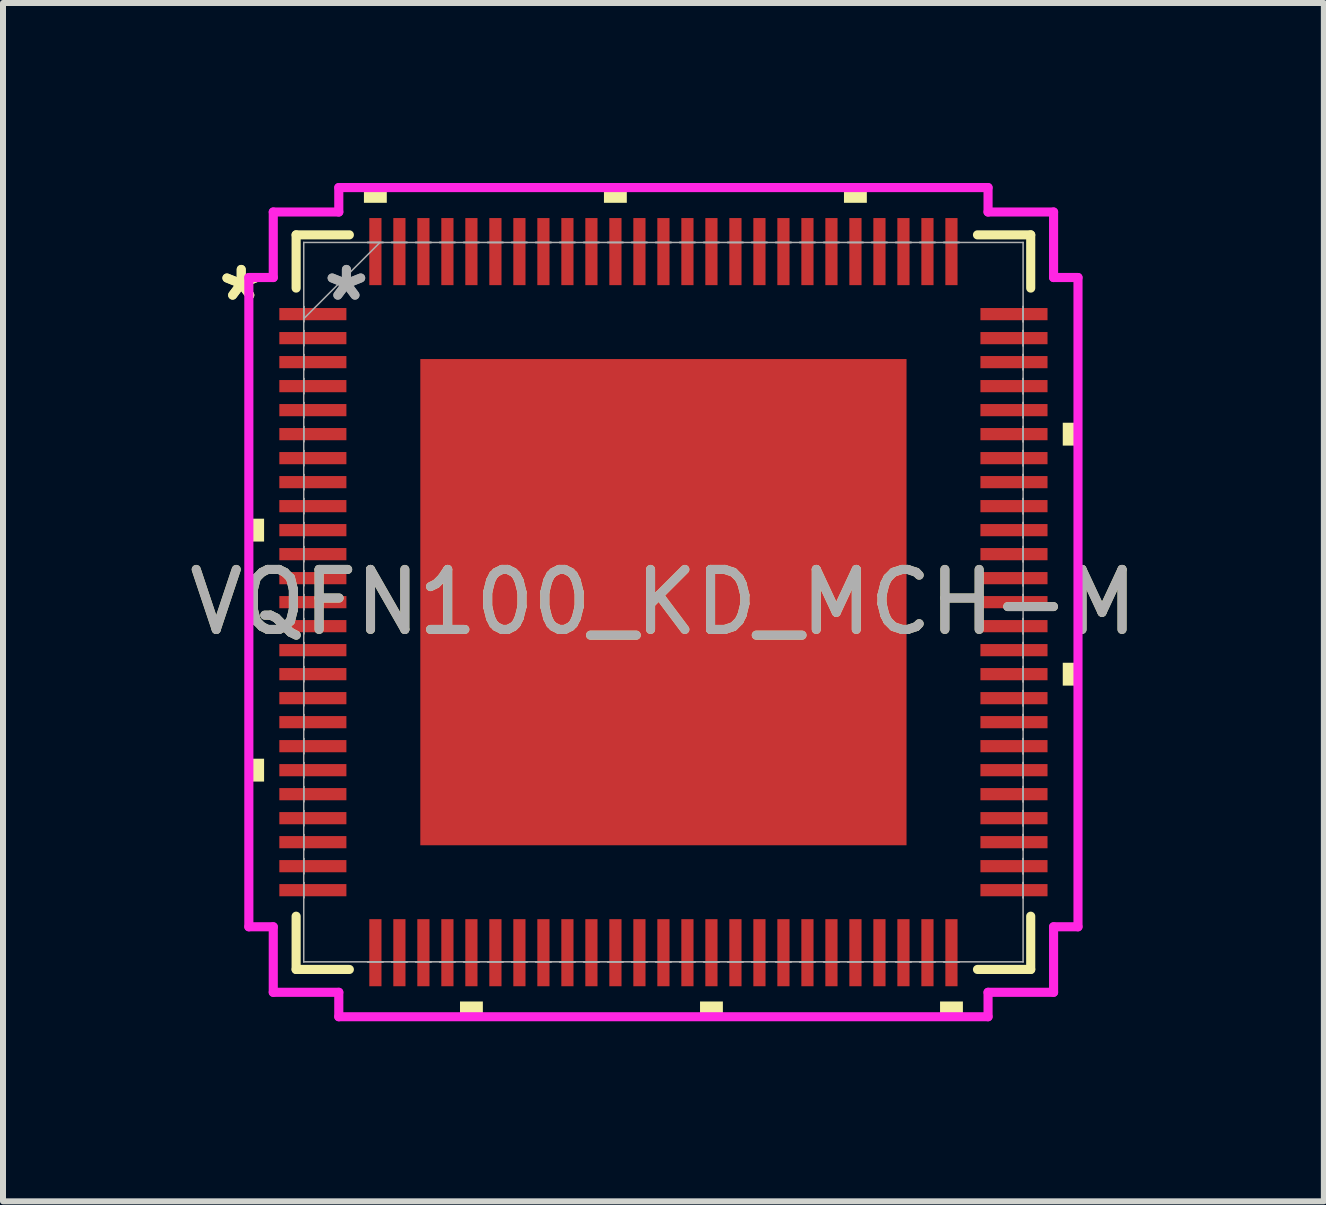
<source format=kicad_pcb>
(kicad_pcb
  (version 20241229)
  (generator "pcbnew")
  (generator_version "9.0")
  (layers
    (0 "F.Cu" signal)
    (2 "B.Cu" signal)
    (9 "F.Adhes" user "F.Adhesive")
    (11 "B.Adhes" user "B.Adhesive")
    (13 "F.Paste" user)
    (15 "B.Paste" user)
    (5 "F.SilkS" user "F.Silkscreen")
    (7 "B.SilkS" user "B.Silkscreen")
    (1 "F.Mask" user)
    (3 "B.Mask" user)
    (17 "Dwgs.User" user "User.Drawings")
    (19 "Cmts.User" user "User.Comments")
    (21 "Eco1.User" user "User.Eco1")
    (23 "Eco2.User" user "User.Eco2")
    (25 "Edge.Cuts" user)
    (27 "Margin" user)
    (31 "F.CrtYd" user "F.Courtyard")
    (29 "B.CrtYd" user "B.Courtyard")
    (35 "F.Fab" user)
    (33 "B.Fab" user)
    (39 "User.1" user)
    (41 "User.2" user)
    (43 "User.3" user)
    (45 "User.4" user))
  (footprint "VQFN100_KD_MCH-M"
    (layer "F.Cu")
    (at 8.006 6.985)
    (property "Reference" "VQFN100_KD_MCH-M" (at 0 0 0) (unlocked yes) (layer "F.SilkS") (effects (font (size 1 1) (thickness 0.15))))
    (attr smd)
    (fp_line (start -6.121 -6.121) (end -6.121 -5.234) (stroke (width 0.152) (type solid)) (layer "F.SilkS"))
    (fp_line (start -6.121 5.234) (end -6.121 6.121) (stroke (width 0.152) (type solid)) (layer "F.SilkS"))
    (fp_line (start -6.121 6.121) (end -5.234 6.121) (stroke (width 0.152) (type solid)) (layer "F.SilkS"))
    (fp_line (start -5.234 -6.121) (end -6.121 -6.121) (stroke (width 0.152) (type solid)) (layer "F.SilkS"))
    (fp_line (start 5.234 6.121) (end 6.121 6.121) (stroke (width 0.152) (type solid)) (layer "F.SilkS"))
    (fp_line (start 6.121 -6.121) (end 5.234 -6.121) (stroke (width 0.152) (type solid)) (layer "F.SilkS"))
    (fp_line (start 6.121 -5.234) (end 6.121 -6.121) (stroke (width 0.152) (type solid)) (layer "F.SilkS"))
    (fp_line (start 6.121 6.121) (end 6.121 5.234) (stroke (width 0.152) (type solid)) (layer "F.SilkS"))
    (fp_poly (pts (xy -6.909 -1.391) (xy -6.909 -1.01) (xy -6.655 -1.01) (xy -6.655 -1.391)) (stroke (width 0) (type solid)) (fill yes) (layer "F.SilkS"))
    (fp_poly (pts (xy -6.909 2.609) (xy -6.909 2.99) (xy -6.655 2.99) (xy -6.655 2.609)) (stroke (width 0) (type solid)) (fill yes) (layer "F.SilkS"))
    (fp_poly (pts (xy -4.991 -6.655) (xy -4.991 -6.909) (xy -4.61 -6.909) (xy -4.61 -6.655)) (stroke (width 0) (type solid)) (fill yes) (layer "F.SilkS"))
    (fp_poly (pts (xy -3.39 6.655) (xy -3.39 6.909) (xy -3.009 6.909) (xy -3.009 6.655)) (stroke (width 0) (type solid)) (fill yes) (layer "F.SilkS"))
    (fp_poly (pts (xy -0.991 -6.655) (xy -0.991 -6.909) (xy -0.61 -6.909) (xy -0.61 -6.655)) (stroke (width 0) (type solid)) (fill yes) (layer "F.SilkS"))
    (fp_poly (pts (xy 0.61 6.655) (xy 0.61 6.909) (xy 0.991 6.909) (xy 0.991 6.655)) (stroke (width 0) (type solid)) (fill yes) (layer "F.SilkS"))
    (fp_poly (pts (xy 3.009 -6.655) (xy 3.009 -6.909) (xy 3.39 -6.909) (xy 3.39 -6.655)) (stroke (width 0) (type solid)) (fill yes) (layer "F.SilkS"))
    (fp_poly (pts (xy 4.61 6.655) (xy 4.61 6.909) (xy 4.991 6.909) (xy 4.991 6.655)) (stroke (width 0) (type solid)) (fill yes) (layer "F.SilkS"))
    (fp_poly (pts (xy 6.909 -2.99) (xy 6.909 -2.609) (xy 6.655 -2.609) (xy 6.655 -2.99)) (stroke (width 0) (type solid)) (fill yes) (layer "F.SilkS"))
    (fp_poly (pts (xy 6.909 1.01) (xy 6.909 1.391) (xy 6.655 1.391) (xy 6.655 1.01)) (stroke (width 0) (type solid)) (fill yes) (layer "F.SilkS"))
    (fp_poly (pts (xy -3.951 -3.951) (xy -3.951 -2.801) (xy -2.801 -2.801) (xy -2.801 -3.951)) (stroke (width 0) (type solid)) (fill yes) (layer "F.Paste"))
    (fp_poly (pts (xy -3.951 -2.601) (xy -3.951 -1.45) (xy -2.801 -1.45) (xy -2.801 -2.601)) (stroke (width 0) (type solid)) (fill yes) (layer "F.Paste"))
    (fp_poly (pts (xy -3.951 -1.25) (xy -3.951 -0.1) (xy -2.801 -0.1) (xy -2.801 -1.25)) (stroke (width 0) (type solid)) (fill yes) (layer "F.Paste"))
    (fp_poly (pts (xy -3.951 0.1) (xy -3.951 1.25) (xy -2.801 1.25) (xy -2.801 0.1)) (stroke (width 0) (type solid)) (fill yes) (layer "F.Paste"))
    (fp_poly (pts (xy -3.951 1.45) (xy -3.951 2.601) (xy -2.801 2.601) (xy -2.801 1.45)) (stroke (width 0) (type solid)) (fill yes) (layer "F.Paste"))
    (fp_poly (pts (xy -3.951 2.801) (xy -3.951 3.951) (xy -2.801 3.951) (xy -2.801 2.801)) (stroke (width 0) (type solid)) (fill yes) (layer "F.Paste"))
    (fp_poly (pts (xy -2.601 -3.951) (xy -2.601 -2.801) (xy -1.45 -2.801) (xy -1.45 -3.951)) (stroke (width 0) (type solid)) (fill yes) (layer "F.Paste"))
    (fp_poly (pts (xy -2.601 -2.601) (xy -2.601 -1.45) (xy -1.45 -1.45) (xy -1.45 -2.601)) (stroke (width 0) (type solid)) (fill yes) (layer "F.Paste"))
    (fp_poly (pts (xy -2.601 -1.25) (xy -2.601 -0.1) (xy -1.45 -0.1) (xy -1.45 -1.25)) (stroke (width 0) (type solid)) (fill yes) (layer "F.Paste"))
    (fp_poly (pts (xy -2.601 0.1) (xy -2.601 1.25) (xy -1.45 1.25) (xy -1.45 0.1)) (stroke (width 0) (type solid)) (fill yes) (layer "F.Paste"))
    (fp_poly (pts (xy -2.601 1.45) (xy -2.601 2.601) (xy -1.45 2.601) (xy -1.45 1.45)) (stroke (width 0) (type solid)) (fill yes) (layer "F.Paste"))
    (fp_poly (pts (xy -2.601 2.801) (xy -2.601 3.951) (xy -1.45 3.951) (xy -1.45 2.801)) (stroke (width 0) (type solid)) (fill yes) (layer "F.Paste"))
    (fp_poly (pts (xy -1.25 -3.951) (xy -1.25 -2.801) (xy -0.1 -2.801) (xy -0.1 -3.951)) (stroke (width 0) (type solid)) (fill yes) (layer "F.Paste"))
    (fp_poly (pts (xy -1.25 -2.601) (xy -1.25 -1.45) (xy -0.1 -1.45) (xy -0.1 -2.601)) (stroke (width 0) (type solid)) (fill yes) (layer "F.Paste"))
    (fp_poly (pts (xy -1.25 -1.25) (xy -1.25 -0.1) (xy -0.1 -0.1) (xy -0.1 -1.25)) (stroke (width 0) (type solid)) (fill yes) (layer "F.Paste"))
    (fp_poly (pts (xy -1.25 0.1) (xy -1.25 1.25) (xy -0.1 1.25) (xy -0.1 0.1)) (stroke (width 0) (type solid)) (fill yes) (layer "F.Paste"))
    (fp_poly (pts (xy -1.25 1.45) (xy -1.25 2.601) (xy -0.1 2.601) (xy -0.1 1.45)) (stroke (width 0) (type solid)) (fill yes) (layer "F.Paste"))
    (fp_poly (pts (xy -1.25 2.801) (xy -1.25 3.951) (xy -0.1 3.951) (xy -0.1 2.801)) (stroke (width 0) (type solid)) (fill yes) (layer "F.Paste"))
    (fp_poly (pts (xy 0.1 -3.951) (xy 0.1 -2.801) (xy 1.25 -2.801) (xy 1.25 -3.951)) (stroke (width 0) (type solid)) (fill yes) (layer "F.Paste"))
    (fp_poly (pts (xy 0.1 -2.601) (xy 0.1 -1.45) (xy 1.25 -1.45) (xy 1.25 -2.601)) (stroke (width 0) (type solid)) (fill yes) (layer "F.Paste"))
    (fp_poly (pts (xy 0.1 -1.25) (xy 0.1 -0.1) (xy 1.25 -0.1) (xy 1.25 -1.25)) (stroke (width 0) (type solid)) (fill yes) (layer "F.Paste"))
    (fp_poly (pts (xy 0.1 0.1) (xy 0.1 1.25) (xy 1.25 1.25) (xy 1.25 0.1)) (stroke (width 0) (type solid)) (fill yes) (layer "F.Paste"))
    (fp_poly (pts (xy 0.1 1.45) (xy 0.1 2.601) (xy 1.25 2.601) (xy 1.25 1.45)) (stroke (width 0) (type solid)) (fill yes) (layer "F.Paste"))
    (fp_poly (pts (xy 0.1 2.801) (xy 0.1 3.951) (xy 1.25 3.951) (xy 1.25 2.801)) (stroke (width 0) (type solid)) (fill yes) (layer "F.Paste"))
    (fp_poly (pts (xy 1.45 -3.951) (xy 1.45 -2.801) (xy 2.601 -2.801) (xy 2.601 -3.951)) (stroke (width 0) (type solid)) (fill yes) (layer "F.Paste"))
    (fp_poly (pts (xy 1.45 -2.601) (xy 1.45 -1.45) (xy 2.601 -1.45) (xy 2.601 -2.601)) (stroke (width 0) (type solid)) (fill yes) (layer "F.Paste"))
    (fp_poly (pts (xy 1.45 -1.25) (xy 1.45 -0.1) (xy 2.601 -0.1) (xy 2.601 -1.25)) (stroke (width 0) (type solid)) (fill yes) (layer "F.Paste"))
    (fp_poly (pts (xy 1.45 0.1) (xy 1.45 1.25) (xy 2.601 1.25) (xy 2.601 0.1)) (stroke (width 0) (type solid)) (fill yes) (layer "F.Paste"))
    (fp_poly (pts (xy 1.45 1.45) (xy 1.45 2.601) (xy 2.601 2.601) (xy 2.601 1.45)) (stroke (width 0) (type solid)) (fill yes) (layer "F.Paste"))
    (fp_poly (pts (xy 1.45 2.801) (xy 1.45 3.951) (xy 2.601 3.951) (xy 2.601 2.801)) (stroke (width 0) (type solid)) (fill yes) (layer "F.Paste"))
    (fp_poly (pts (xy 2.801 -3.951) (xy 2.801 -2.801) (xy 3.951 -2.801) (xy 3.951 -3.951)) (stroke (width 0) (type solid)) (fill yes) (layer "F.Paste"))
    (fp_poly (pts (xy 2.801 -2.601) (xy 2.801 -1.45) (xy 3.951 -1.45) (xy 3.951 -2.601)) (stroke (width 0) (type solid)) (fill yes) (layer "F.Paste"))
    (fp_poly (pts (xy 2.801 -1.25) (xy 2.801 -0.1) (xy 3.951 -0.1) (xy 3.951 -1.25)) (stroke (width 0) (type solid)) (fill yes) (layer "F.Paste"))
    (fp_poly (pts (xy 2.801 0.1) (xy 2.801 1.25) (xy 3.951 1.25) (xy 3.951 0.1)) (stroke (width 0) (type solid)) (fill yes) (layer "F.Paste"))
    (fp_poly (pts (xy 2.801 1.45) (xy 2.801 2.601) (xy 3.951 2.601) (xy 3.951 1.45)) (stroke (width 0) (type solid)) (fill yes) (layer "F.Paste"))
    (fp_poly (pts (xy 2.801 2.801) (xy 2.801 3.951) (xy 3.951 3.951) (xy 3.951 2.801)) (stroke (width 0) (type solid)) (fill yes) (layer "F.Paste"))
    (fp_line (start -6.909 -5.41) (end -6.502 -5.41) (stroke (width 0.152) (type solid)) (layer "F.CrtYd"))
    (fp_line (start -6.909 5.41) (end -6.909 -5.41) (stroke (width 0.152) (type solid)) (layer "F.CrtYd"))
    (fp_line (start -6.502 -6.502) (end -5.41 -6.502) (stroke (width 0.152) (type solid)) (layer "F.CrtYd"))
    (fp_line (start -6.502 -5.41) (end -6.502 -6.502) (stroke (width 0.152) (type solid)) (layer "F.CrtYd"))
    (fp_line (start -6.502 5.41) (end -6.909 5.41) (stroke (width 0.152) (type solid)) (layer "F.CrtYd"))
    (fp_line (start -6.502 6.502) (end -6.502 5.41) (stroke (width 0.152) (type solid)) (layer "F.CrtYd"))
    (fp_line (start -5.41 -6.909) (end 5.41 -6.909) (stroke (width 0.152) (type solid)) (layer "F.CrtYd"))
    (fp_line (start -5.41 -6.502) (end -5.41 -6.909) (stroke (width 0.152) (type solid)) (layer "F.CrtYd"))
    (fp_line (start -5.41 6.502) (end -6.502 6.502) (stroke (width 0.152) (type solid)) (layer "F.CrtYd"))
    (fp_line (start -5.41 6.909) (end -5.41 6.502) (stroke (width 0.152) (type solid)) (layer "F.CrtYd"))
    (fp_line (start 5.41 -6.909) (end 5.41 -6.502) (stroke (width 0.152) (type solid)) (layer "F.CrtYd"))
    (fp_line (start 5.41 -6.502) (end 6.502 -6.502) (stroke (width 0.152) (type solid)) (layer "F.CrtYd"))
    (fp_line (start 5.41 6.502) (end 5.41 6.909) (stroke (width 0.152) (type solid)) (layer "F.CrtYd"))
    (fp_line (start 5.41 6.909) (end -5.41 6.909) (stroke (width 0.152) (type solid)) (layer "F.CrtYd"))
    (fp_line (start 6.502 -6.502) (end 6.502 -5.41) (stroke (width 0.152) (type solid)) (layer "F.CrtYd"))
    (fp_line (start 6.502 -5.41) (end 6.909 -5.41) (stroke (width 0.152) (type solid)) (layer "F.CrtYd"))
    (fp_line (start 6.502 5.41) (end 6.502 6.502) (stroke (width 0.152) (type solid)) (layer "F.CrtYd"))
    (fp_line (start 6.502 6.502) (end 5.41 6.502) (stroke (width 0.152) (type solid)) (layer "F.CrtYd"))
    (fp_line (start 6.909 -5.41) (end 6.909 5.41) (stroke (width 0.152) (type solid)) (layer "F.CrtYd"))
    (fp_line (start 6.909 5.41) (end 6.502 5.41) (stroke (width 0.152) (type solid)) (layer "F.CrtYd"))
    (fp_line (start -5.994 -5.994) (end -5.994 -5.994) (stroke (width 0.025) (type solid)) (layer "F.Fab"))
    (fp_line (start -5.994 -5.994) (end -5.994 5.994) (stroke (width 0.025) (type solid)) (layer "F.Fab"))
    (fp_line (start -5.994 -4.927) (end -5.994 -4.927) (stroke (width 0.025) (type solid)) (layer "F.Fab"))
    (fp_line (start -5.994 -4.927) (end -5.994 -4.673) (stroke (width 0.025) (type solid)) (layer "F.Fab"))
    (fp_line (start -5.994 -4.724) (end -4.724 -5.994) (stroke (width 0.025) (type solid)) (layer "F.Fab"))
    (fp_line (start -5.994 -4.673) (end -5.994 -4.927) (stroke (width 0.025) (type solid)) (layer "F.Fab"))
    (fp_line (start -5.994 -4.673) (end -5.994 -4.673) (stroke (width 0.025) (type solid)) (layer "F.Fab"))
    (fp_line (start -5.994 -4.527) (end -5.994 -4.527) (stroke (width 0.025) (type solid)) (layer "F.Fab"))
    (fp_line (start -5.994 -4.527) (end -5.994 -4.273) (stroke (width 0.025) (type solid)) (layer "F.Fab"))
    (fp_line (start -5.994 -4.273) (end -5.994 -4.527) (stroke (width 0.025) (type solid)) (layer "F.Fab"))
    (fp_line (start -5.994 -4.273) (end -5.994 -4.273) (stroke (width 0.025) (type solid)) (layer "F.Fab"))
    (fp_line (start -5.994 -4.127) (end -5.994 -4.127) (stroke (width 0.025) (type solid)) (layer "F.Fab"))
    (fp_line (start -5.994 -4.127) (end -5.994 -3.873) (stroke (width 0.025) (type solid)) (layer "F.Fab"))
    (fp_line (start -5.994 -3.873) (end -5.994 -4.127) (stroke (width 0.025) (type solid)) (layer "F.Fab"))
    (fp_line (start -5.994 -3.873) (end -5.994 -3.873) (stroke (width 0.025) (type solid)) (layer "F.Fab"))
    (fp_line (start -5.994 -3.727) (end -5.994 -3.727) (stroke (width 0.025) (type solid)) (layer "F.Fab"))
    (fp_line (start -5.994 -3.727) (end -5.994 -3.473) (stroke (width 0.025) (type solid)) (layer "F.Fab"))
    (fp_line (start -5.994 -3.473) (end -5.994 -3.727) (stroke (width 0.025) (type solid)) (layer "F.Fab"))
    (fp_line (start -5.994 -3.473) (end -5.994 -3.473) (stroke (width 0.025) (type solid)) (layer "F.Fab"))
    (fp_line (start -5.994 -3.327) (end -5.994 -3.327) (stroke (width 0.025) (type solid)) (layer "F.Fab"))
    (fp_line (start -5.994 -3.327) (end -5.994 -3.073) (stroke (width 0.025) (type solid)) (layer "F.Fab"))
    (fp_line (start -5.994 -3.073) (end -5.994 -3.327) (stroke (width 0.025) (type solid)) (layer "F.Fab"))
    (fp_line (start -5.994 -3.073) (end -5.994 -3.073) (stroke (width 0.025) (type solid)) (layer "F.Fab"))
    (fp_line (start -5.994 -2.927) (end -5.994 -2.927) (stroke (width 0.025) (type solid)) (layer "F.Fab"))
    (fp_line (start -5.994 -2.927) (end -5.994 -2.673) (stroke (width 0.025) (type solid)) (layer "F.Fab"))
    (fp_line (start -5.994 -2.673) (end -5.994 -2.927) (stroke (width 0.025) (type solid)) (layer "F.Fab"))
    (fp_line (start -5.994 -2.673) (end -5.994 -2.673) (stroke (width 0.025) (type solid)) (layer "F.Fab"))
    (fp_line (start -5.994 -2.527) (end -5.994 -2.527) (stroke (width 0.025) (type solid)) (layer "F.Fab"))
    (fp_line (start -5.994 -2.527) (end -5.994 -2.273) (stroke (width 0.025) (type solid)) (layer "F.Fab"))
    (fp_line (start -5.994 -2.273) (end -5.994 -2.527) (stroke (width 0.025) (type solid)) (layer "F.Fab"))
    (fp_line (start -5.994 -2.273) (end -5.994 -2.273) (stroke (width 0.025) (type solid)) (layer "F.Fab"))
    (fp_line (start -5.994 -2.127) (end -5.994 -2.127) (stroke (width 0.025) (type solid)) (layer "F.Fab"))
    (fp_line (start -5.994 -2.127) (end -5.994 -1.873) (stroke (width 0.025) (type solid)) (layer "F.Fab"))
    (fp_line (start -5.994 -1.873) (end -5.994 -2.127) (stroke (width 0.025) (type solid)) (layer "F.Fab"))
    (fp_line (start -5.994 -1.873) (end -5.994 -1.873) (stroke (width 0.025) (type solid)) (layer "F.Fab"))
    (fp_line (start -5.994 -1.727) (end -5.994 -1.727) (stroke (width 0.025) (type solid)) (layer "F.Fab"))
    (fp_line (start -5.994 -1.727) (end -5.994 -1.473) (stroke (width 0.025) (type solid)) (layer "F.Fab"))
    (fp_line (start -5.994 -1.473) (end -5.994 -1.727) (stroke (width 0.025) (type solid)) (layer "F.Fab"))
    (fp_line (start -5.994 -1.473) (end -5.994 -1.473) (stroke (width 0.025) (type solid)) (layer "F.Fab"))
    (fp_line (start -5.994 -1.327) (end -5.994 -1.327) (stroke (width 0.025) (type solid)) (layer "F.Fab"))
    (fp_line (start -5.994 -1.327) (end -5.994 -1.073) (stroke (width 0.025) (type solid)) (layer "F.Fab"))
    (fp_line (start -5.994 -1.073) (end -5.994 -1.327) (stroke (width 0.025) (type solid)) (layer "F.Fab"))
    (fp_line (start -5.994 -1.073) (end -5.994 -1.073) (stroke (width 0.025) (type solid)) (layer "F.Fab"))
    (fp_line (start -5.994 -0.927) (end -5.994 -0.927) (stroke (width 0.025) (type solid)) (layer "F.Fab"))
    (fp_line (start -5.994 -0.927) (end -5.994 -0.673) (stroke (width 0.025) (type solid)) (layer "F.Fab"))
    (fp_line (start -5.994 -0.673) (end -5.994 -0.927) (stroke (width 0.025) (type solid)) (layer "F.Fab"))
    (fp_line (start -5.994 -0.673) (end -5.994 -0.673) (stroke (width 0.025) (type solid)) (layer "F.Fab"))
    (fp_line (start -5.994 -0.527) (end -5.994 -0.527) (stroke (width 0.025) (type solid)) (layer "F.Fab"))
    (fp_line (start -5.994 -0.527) (end -5.994 -0.273) (stroke (width 0.025) (type solid)) (layer "F.Fab"))
    (fp_line (start -5.994 -0.273) (end -5.994 -0.527) (stroke (width 0.025) (type solid)) (layer "F.Fab"))
    (fp_line (start -5.994 -0.273) (end -5.994 -0.273) (stroke (width 0.025) (type solid)) (layer "F.Fab"))
    (fp_line (start -5.994 -0.127) (end -5.994 -0.127) (stroke (width 0.025) (type solid)) (layer "F.Fab"))
    (fp_line (start -5.994 -0.127) (end -5.994 0.127) (stroke (width 0.025) (type solid)) (layer "F.Fab"))
    (fp_line (start -5.994 0.127) (end -5.994 -0.127) (stroke (width 0.025) (type solid)) (layer "F.Fab"))
    (fp_line (start -5.994 0.127) (end -5.994 0.127) (stroke (width 0.025) (type solid)) (layer "F.Fab"))
    (fp_line (start -5.994 0.273) (end -5.994 0.273) (stroke (width 0.025) (type solid)) (layer "F.Fab"))
    (fp_line (start -5.994 0.273) (end -5.994 0.527) (stroke (width 0.025) (type solid)) (layer "F.Fab"))
    (fp_line (start -5.994 0.527) (end -5.994 0.273) (stroke (width 0.025) (type solid)) (layer "F.Fab"))
    (fp_line (start -5.994 0.527) (end -5.994 0.527) (stroke (width 0.025) (type solid)) (layer "F.Fab"))
    (fp_line (start -5.994 0.673) (end -5.994 0.673) (stroke (width 0.025) (type solid)) (layer "F.Fab"))
    (fp_line (start -5.994 0.673) (end -5.994 0.927) (stroke (width 0.025) (type solid)) (layer "F.Fab"))
    (fp_line (start -5.994 0.927) (end -5.994 0.673) (stroke (width 0.025) (type solid)) (layer "F.Fab"))
    (fp_line (start -5.994 0.927) (end -5.994 0.927) (stroke (width 0.025) (type solid)) (layer "F.Fab"))
    (fp_line (start -5.994 1.073) (end -5.994 1.073) (stroke (width 0.025) (type solid)) (layer "F.Fab"))
    (fp_line (start -5.994 1.073) (end -5.994 1.327) (stroke (width 0.025) (type solid)) (layer "F.Fab"))
    (fp_line (start -5.994 1.327) (end -5.994 1.073) (stroke (width 0.025) (type solid)) (layer "F.Fab"))
    (fp_line (start -5.994 1.327) (end -5.994 1.327) (stroke (width 0.025) (type solid)) (layer "F.Fab"))
    (fp_line (start -5.994 1.473) (end -5.994 1.473) (stroke (width 0.025) (type solid)) (layer "F.Fab"))
    (fp_line (start -5.994 1.473) (end -5.994 1.727) (stroke (width 0.025) (type solid)) (layer "F.Fab"))
    (fp_line (start -5.994 1.727) (end -5.994 1.473) (stroke (width 0.025) (type solid)) (layer "F.Fab"))
    (fp_line (start -5.994 1.727) (end -5.994 1.727) (stroke (width 0.025) (type solid)) (layer "F.Fab"))
    (fp_line (start -5.994 1.873) (end -5.994 1.873) (stroke (width 0.025) (type solid)) (layer "F.Fab"))
    (fp_line (start -5.994 1.873) (end -5.994 2.127) (stroke (width 0.025) (type solid)) (layer "F.Fab"))
    (fp_line (start -5.994 2.127) (end -5.994 1.873) (stroke (width 0.025) (type solid)) (layer "F.Fab"))
    (fp_line (start -5.994 2.127) (end -5.994 2.127) (stroke (width 0.025) (type solid)) (layer "F.Fab"))
    (fp_line (start -5.994 2.273) (end -5.994 2.273) (stroke (width 0.025) (type solid)) (layer "F.Fab"))
    (fp_line (start -5.994 2.273) (end -5.994 2.527) (stroke (width 0.025) (type solid)) (layer "F.Fab"))
    (fp_line (start -5.994 2.527) (end -5.994 2.273) (stroke (width 0.025) (type solid)) (layer "F.Fab"))
    (fp_line (start -5.994 2.527) (end -5.994 2.527) (stroke (width 0.025) (type solid)) (layer "F.Fab"))
    (fp_line (start -5.994 2.673) (end -5.994 2.673) (stroke (width 0.025) (type solid)) (layer "F.Fab"))
    (fp_line (start -5.994 2.673) (end -5.994 2.927) (stroke (width 0.025) (type solid)) (layer "F.Fab"))
    (fp_line (start -5.994 2.927) (end -5.994 2.673) (stroke (width 0.025) (type solid)) (layer "F.Fab"))
    (fp_line (start -5.994 2.927) (end -5.994 2.927) (stroke (width 0.025) (type solid)) (layer "F.Fab"))
    (fp_line (start -5.994 3.073) (end -5.994 3.073) (stroke (width 0.025) (type solid)) (layer "F.Fab"))
    (fp_line (start -5.994 3.073) (end -5.994 3.327) (stroke (width 0.025) (type solid)) (layer "F.Fab"))
    (fp_line (start -5.994 3.327) (end -5.994 3.073) (stroke (width 0.025) (type solid)) (layer "F.Fab"))
    (fp_line (start -5.994 3.327) (end -5.994 3.327) (stroke (width 0.025) (type solid)) (layer "F.Fab"))
    (fp_line (start -5.994 3.473) (end -5.994 3.473) (stroke (width 0.025) (type solid)) (layer "F.Fab"))
    (fp_line (start -5.994 3.473) (end -5.994 3.727) (stroke (width 0.025) (type solid)) (layer "F.Fab"))
    (fp_line (start -5.994 3.727) (end -5.994 3.473) (stroke (width 0.025) (type solid)) (layer "F.Fab"))
    (fp_line (start -5.994 3.727) (end -5.994 3.727) (stroke (width 0.025) (type solid)) (layer "F.Fab"))
    (fp_line (start -5.994 3.873) (end -5.994 3.873) (stroke (width 0.025) (type solid)) (layer "F.Fab"))
    (fp_line (start -5.994 3.873) (end -5.994 4.127) (stroke (width 0.025) (type solid)) (layer "F.Fab"))
    (fp_line (start -5.994 4.127) (end -5.994 3.873) (stroke (width 0.025) (type solid)) (layer "F.Fab"))
    (fp_line (start -5.994 4.127) (end -5.994 4.127) (stroke (width 0.025) (type solid)) (layer "F.Fab"))
    (fp_line (start -5.994 4.273) (end -5.994 4.273) (stroke (width 0.025) (type solid)) (layer "F.Fab"))
    (fp_line (start -5.994 4.273) (end -5.994 4.527) (stroke (width 0.025) (type solid)) (layer "F.Fab"))
    (fp_line (start -5.994 4.527) (end -5.994 4.273) (stroke (width 0.025) (type solid)) (layer "F.Fab"))
    (fp_line (start -5.994 4.527) (end -5.994 4.527) (stroke (width 0.025) (type solid)) (layer "F.Fab"))
    (fp_line (start -5.994 4.673) (end -5.994 4.673) (stroke (width 0.025) (type solid)) (layer "F.Fab"))
    (fp_line (start -5.994 4.673) (end -5.994 4.927) (stroke (width 0.025) (type solid)) (layer "F.Fab"))
    (fp_line (start -5.994 4.927) (end -5.994 4.673) (stroke (width 0.025) (type solid)) (layer "F.Fab"))
    (fp_line (start -5.994 4.927) (end -5.994 4.927) (stroke (width 0.025) (type solid)) (layer "F.Fab"))
    (fp_line (start -5.994 5.994) (end -5.994 5.994) (stroke (width 0.025) (type solid)) (layer "F.Fab"))
    (fp_line (start -5.994 5.994) (end 5.994 5.994) (stroke (width 0.025) (type solid)) (layer "F.Fab"))
    (fp_line (start -4.927 5.994) (end -4.927 5.994) (stroke (width 0.025) (type solid)) (layer "F.Fab"))
    (fp_line (start -4.927 5.994) (end -4.673 5.994) (stroke (width 0.025) (type solid)) (layer "F.Fab"))
    (fp_line (start -4.927 -5.994) (end -4.927 -5.994) (stroke (width 0.025) (type solid)) (layer "F.Fab"))
    (fp_line (start -4.927 -5.994) (end -4.673 -5.994) (stroke (width 0.025) (type solid)) (layer "F.Fab"))
    (fp_line (start -4.673 5.994) (end -4.927 5.994) (stroke (width 0.025) (type solid)) (layer "F.Fab"))
    (fp_line (start -4.673 5.994) (end -4.673 5.994) (stroke (width 0.025) (type solid)) (layer "F.Fab"))
    (fp_line (start -4.673 -5.994) (end -4.927 -5.994) (stroke (width 0.025) (type solid)) (layer "F.Fab"))
    (fp_line (start -4.673 -5.994) (end -4.673 -5.994) (stroke (width 0.025) (type solid)) (layer "F.Fab"))
    (fp_line (start -4.527 5.994) (end -4.527 5.994) (stroke (width 0.025) (type solid)) (layer "F.Fab"))
    (fp_line (start -4.527 5.994) (end -4.273 5.994) (stroke (width 0.025) (type solid)) (layer "F.Fab"))
    (fp_line (start -4.527 -5.994) (end -4.527 -5.994) (stroke (width 0.025) (type solid)) (layer "F.Fab"))
    (fp_line (start -4.527 -5.994) (end -4.273 -5.994) (stroke (width 0.025) (type solid)) (layer "F.Fab"))
    (fp_line (start -4.273 5.994) (end -4.527 5.994) (stroke (width 0.025) (type solid)) (layer "F.Fab"))
    (fp_line (start -4.273 5.994) (end -4.273 5.994) (stroke (width 0.025) (type solid)) (layer "F.Fab"))
    (fp_line (start -4.273 -5.994) (end -4.527 -5.994) (stroke (width 0.025) (type solid)) (layer "F.Fab"))
    (fp_line (start -4.273 -5.994) (end -4.273 -5.994) (stroke (width 0.025) (type solid)) (layer "F.Fab"))
    (fp_line (start -4.127 5.994) (end -4.127 5.994) (stroke (width 0.025) (type solid)) (layer "F.Fab"))
    (fp_line (start -4.127 5.994) (end -3.873 5.994) (stroke (width 0.025) (type solid)) (layer "F.Fab"))
    (fp_line (start -4.127 -5.994) (end -4.127 -5.994) (stroke (width 0.025) (type solid)) (layer "F.Fab"))
    (fp_line (start -4.127 -5.994) (end -3.873 -5.994) (stroke (width 0.025) (type solid)) (layer "F.Fab"))
    (fp_line (start -3.873 5.994) (end -4.127 5.994) (stroke (width 0.025) (type solid)) (layer "F.Fab"))
    (fp_line (start -3.873 5.994) (end -3.873 5.994) (stroke (width 0.025) (type solid)) (layer "F.Fab"))
    (fp_line (start -3.873 -5.994) (end -4.127 -5.994) (stroke (width 0.025) (type solid)) (layer "F.Fab"))
    (fp_line (start -3.873 -5.994) (end -3.873 -5.994) (stroke (width 0.025) (type solid)) (layer "F.Fab"))
    (fp_line (start -3.727 5.994) (end -3.727 5.994) (stroke (width 0.025) (type solid)) (layer "F.Fab"))
    (fp_line (start -3.727 5.994) (end -3.473 5.994) (stroke (width 0.025) (type solid)) (layer "F.Fab"))
    (fp_line (start -3.727 -5.994) (end -3.727 -5.994) (stroke (width 0.025) (type solid)) (layer "F.Fab"))
    (fp_line (start -3.727 -5.994) (end -3.473 -5.994) (stroke (width 0.025) (type solid)) (layer "F.Fab"))
    (fp_line (start -3.473 5.994) (end -3.727 5.994) (stroke (width 0.025) (type solid)) (layer "F.Fab"))
    (fp_line (start -3.473 5.994) (end -3.473 5.994) (stroke (width 0.025) (type solid)) (layer "F.Fab"))
    (fp_line (start -3.473 -5.994) (end -3.727 -5.994) (stroke (width 0.025) (type solid)) (layer "F.Fab"))
    (fp_line (start -3.473 -5.994) (end -3.473 -5.994) (stroke (width 0.025) (type solid)) (layer "F.Fab"))
    (fp_line (start -3.327 5.994) (end -3.327 5.994) (stroke (width 0.025) (type solid)) (layer "F.Fab"))
    (fp_line (start -3.327 5.994) (end -3.073 5.994) (stroke (width 0.025) (type solid)) (layer "F.Fab"))
    (fp_line (start -3.327 -5.994) (end -3.327 -5.994) (stroke (width 0.025) (type solid)) (layer "F.Fab"))
    (fp_line (start -3.327 -5.994) (end -3.073 -5.994) (stroke (width 0.025) (type solid)) (layer "F.Fab"))
    (fp_line (start -3.073 5.994) (end -3.327 5.994) (stroke (width 0.025) (type solid)) (layer "F.Fab"))
    (fp_line (start -3.073 5.994) (end -3.073 5.994) (stroke (width 0.025) (type solid)) (layer "F.Fab"))
    (fp_line (start -3.073 -5.994) (end -3.327 -5.994) (stroke (width 0.025) (type solid)) (layer "F.Fab"))
    (fp_line (start -3.073 -5.994) (end -3.073 -5.994) (stroke (width 0.025) (type solid)) (layer "F.Fab"))
    (fp_line (start -2.927 5.994) (end -2.927 5.994) (stroke (width 0.025) (type solid)) (layer "F.Fab"))
    (fp_line (start -2.927 5.994) (end -2.673 5.994) (stroke (width 0.025) (type solid)) (layer "F.Fab"))
    (fp_line (start -2.927 -5.994) (end -2.927 -5.994) (stroke (width 0.025) (type solid)) (layer "F.Fab"))
    (fp_line (start -2.927 -5.994) (end -2.673 -5.994) (stroke (width 0.025) (type solid)) (layer "F.Fab"))
    (fp_line (start -2.673 5.994) (end -2.927 5.994) (stroke (width 0.025) (type solid)) (layer "F.Fab"))
    (fp_line (start -2.673 5.994) (end -2.673 5.994) (stroke (width 0.025) (type solid)) (layer "F.Fab"))
    (fp_line (start -2.673 -5.994) (end -2.927 -5.994) (stroke (width 0.025) (type solid)) (layer "F.Fab"))
    (fp_line (start -2.673 -5.994) (end -2.673 -5.994) (stroke (width 0.025) (type solid)) (layer "F.Fab"))
    (fp_line (start -2.527 -5.994) (end -2.527 -5.994) (stroke (width 0.025) (type solid)) (layer "F.Fab"))
    (fp_line (start -2.527 -5.994) (end -2.273 -5.994) (stroke (width 0.025) (type solid)) (layer "F.Fab"))
    (fp_line (start -2.527 5.994) (end -2.527 5.994) (stroke (width 0.025) (type solid)) (layer "F.Fab"))
    (fp_line (start -2.527 5.994) (end -2.273 5.994) (stroke (width 0.025) (type solid)) (layer "F.Fab"))
    (fp_line (start -2.273 -5.994) (end -2.527 -5.994) (stroke (width 0.025) (type solid)) (layer "F.Fab"))
    (fp_line (start -2.273 -5.994) (end -2.273 -5.994) (stroke (width 0.025) (type solid)) (layer "F.Fab"))
    (fp_line (start -2.273 5.994) (end -2.527 5.994) (stroke (width 0.025) (type solid)) (layer "F.Fab"))
    (fp_line (start -2.273 5.994) (end -2.273 5.994) (stroke (width 0.025) (type solid)) (layer "F.Fab"))
    (fp_line (start -2.127 -5.994) (end -2.127 -5.994) (stroke (width 0.025) (type solid)) (layer "F.Fab"))
    (fp_line (start -2.127 -5.994) (end -1.873 -5.994) (stroke (width 0.025) (type solid)) (layer "F.Fab"))
    (fp_line (start -2.127 5.994) (end -2.127 5.994) (stroke (width 0.025) (type solid)) (layer "F.Fab"))
    (fp_line (start -2.127 5.994) (end -1.873 5.994) (stroke (width 0.025) (type solid)) (layer "F.Fab"))
    (fp_line (start -1.873 -5.994) (end -2.127 -5.994) (stroke (width 0.025) (type solid)) (layer "F.Fab"))
    (fp_line (start -1.873 -5.994) (end -1.873 -5.994) (stroke (width 0.025) (type solid)) (layer "F.Fab"))
    (fp_line (start -1.873 5.994) (end -2.127 5.994) (stroke (width 0.025) (type solid)) (layer "F.Fab"))
    (fp_line (start -1.873 5.994) (end -1.873 5.994) (stroke (width 0.025) (type solid)) (layer "F.Fab"))
    (fp_line (start -1.727 -5.994) (end -1.727 -5.994) (stroke (width 0.025) (type solid)) (layer "F.Fab"))
    (fp_line (start -1.727 -5.994) (end -1.473 -5.994) (stroke (width 0.025) (type solid)) (layer "F.Fab"))
    (fp_line (start -1.727 5.994) (end -1.727 5.994) (stroke (width 0.025) (type solid)) (layer "F.Fab"))
    (fp_line (start -1.727 5.994) (end -1.473 5.994) (stroke (width 0.025) (type solid)) (layer "F.Fab"))
    (fp_line (start -1.473 -5.994) (end -1.727 -5.994) (stroke (width 0.025) (type solid)) (layer "F.Fab"))
    (fp_line (start -1.473 -5.994) (end -1.473 -5.994) (stroke (width 0.025) (type solid)) (layer "F.Fab"))
    (fp_line (start -1.473 5.994) (end -1.727 5.994) (stroke (width 0.025) (type solid)) (layer "F.Fab"))
    (fp_line (start -1.473 5.994) (end -1.473 5.994) (stroke (width 0.025) (type solid)) (layer "F.Fab"))
    (fp_line (start -1.327 -5.994) (end -1.327 -5.994) (stroke (width 0.025) (type solid)) (layer "F.Fab"))
    (fp_line (start -1.327 -5.994) (end -1.073 -5.994) (stroke (width 0.025) (type solid)) (layer "F.Fab"))
    (fp_line (start -1.327 5.994) (end -1.327 5.994) (stroke (width 0.025) (type solid)) (layer "F.Fab"))
    (fp_line (start -1.327 5.994) (end -1.073 5.994) (stroke (width 0.025) (type solid)) (layer "F.Fab"))
    (fp_line (start -1.073 -5.994) (end -1.327 -5.994) (stroke (width 0.025) (type solid)) (layer "F.Fab"))
    (fp_line (start -1.073 -5.994) (end -1.073 -5.994) (stroke (width 0.025) (type solid)) (layer "F.Fab"))
    (fp_line (start -1.073 5.994) (end -1.327 5.994) (stroke (width 0.025) (type solid)) (layer "F.Fab"))
    (fp_line (start -1.073 5.994) (end -1.073 5.994) (stroke (width 0.025) (type solid)) (layer "F.Fab"))
    (fp_line (start -0.927 -5.994) (end -0.927 -5.994) (stroke (width 0.025) (type solid)) (layer "F.Fab"))
    (fp_line (start -0.927 -5.994) (end -0.673 -5.994) (stroke (width 0.025) (type solid)) (layer "F.Fab"))
    (fp_line (start -0.927 5.994) (end -0.927 5.994) (stroke (width 0.025) (type solid)) (layer "F.Fab"))
    (fp_line (start -0.927 5.994) (end -0.673 5.994) (stroke (width 0.025) (type solid)) (layer "F.Fab"))
    (fp_line (start -0.673 -5.994) (end -0.927 -5.994) (stroke (width 0.025) (type solid)) (layer "F.Fab"))
    (fp_line (start -0.673 -5.994) (end -0.673 -5.994) (stroke (width 0.025) (type solid)) (layer "F.Fab"))
    (fp_line (start -0.673 5.994) (end -0.927 5.994) (stroke (width 0.025) (type solid)) (layer "F.Fab"))
    (fp_line (start -0.673 5.994) (end -0.673 5.994) (stroke (width 0.025) (type solid)) (layer "F.Fab"))
    (fp_line (start -0.527 -5.994) (end -0.527 -5.994) (stroke (width 0.025) (type solid)) (layer "F.Fab"))
    (fp_line (start -0.527 -5.994) (end -0.273 -5.994) (stroke (width 0.025) (type solid)) (layer "F.Fab"))
    (fp_line (start -0.527 5.994) (end -0.527 5.994) (stroke (width 0.025) (type solid)) (layer "F.Fab"))
    (fp_line (start -0.527 5.994) (end -0.273 5.994) (stroke (width 0.025) (type solid)) (layer "F.Fab"))
    (fp_line (start -0.273 -5.994) (end -0.527 -5.994) (stroke (width 0.025) (type solid)) (layer "F.Fab"))
    (fp_line (start -0.273 -5.994) (end -0.273 -5.994) (stroke (width 0.025) (type solid)) (layer "F.Fab"))
    (fp_line (start -0.273 5.994) (end -0.527 5.994) (stroke (width 0.025) (type solid)) (layer "F.Fab"))
    (fp_line (start -0.273 5.994) (end -0.273 5.994) (stroke (width 0.025) (type solid)) (layer "F.Fab"))
    (fp_line (start -0.127 -5.994) (end -0.127 -5.994) (stroke (width 0.025) (type solid)) (layer "F.Fab"))
    (fp_line (start -0.127 -5.994) (end 0.127 -5.994) (stroke (width 0.025) (type solid)) (layer "F.Fab"))
    (fp_line (start -0.127 5.994) (end -0.127 5.994) (stroke (width 0.025) (type solid)) (layer "F.Fab"))
    (fp_line (start -0.127 5.994) (end 0.127 5.994) (stroke (width 0.025) (type solid)) (layer "F.Fab"))
    (fp_line (start 0.127 -5.994) (end -0.127 -5.994) (stroke (width 0.025) (type solid)) (layer "F.Fab"))
    (fp_line (start 0.127 -5.994) (end 0.127 -5.994) (stroke (width 0.025) (type solid)) (layer "F.Fab"))
    (fp_line (start 0.127 5.994) (end -0.127 5.994) (stroke (width 0.025) (type solid)) (layer "F.Fab"))
    (fp_line (start 0.127 5.994) (end 0.127 5.994) (stroke (width 0.025) (type solid)) (layer "F.Fab"))
    (fp_line (start 0.273 -5.994) (end 0.273 -5.994) (stroke (width 0.025) (type solid)) (layer "F.Fab"))
    (fp_line (start 0.273 -5.994) (end 0.527 -5.994) (stroke (width 0.025) (type solid)) (layer "F.Fab"))
    (fp_line (start 0.273 5.994) (end 0.273 5.994) (stroke (width 0.025) (type solid)) (layer "F.Fab"))
    (fp_line (start 0.273 5.994) (end 0.527 5.994) (stroke (width 0.025) (type solid)) (layer "F.Fab"))
    (fp_line (start 0.527 -5.994) (end 0.273 -5.994) (stroke (width 0.025) (type solid)) (layer "F.Fab"))
    (fp_line (start 0.527 -5.994) (end 0.527 -5.994) (stroke (width 0.025) (type solid)) (layer "F.Fab"))
    (fp_line (start 0.527 5.994) (end 0.273 5.994) (stroke (width 0.025) (type solid)) (layer "F.Fab"))
    (fp_line (start 0.527 5.994) (end 0.527 5.994) (stroke (width 0.025) (type solid)) (layer "F.Fab"))
    (fp_line (start 0.673 -5.994) (end 0.673 -5.994) (stroke (width 0.025) (type solid)) (layer "F.Fab"))
    (fp_line (start 0.673 -5.994) (end 0.927 -5.994) (stroke (width 0.025) (type solid)) (layer "F.Fab"))
    (fp_line (start 0.673 5.994) (end 0.673 5.994) (stroke (width 0.025) (type solid)) (layer "F.Fab"))
    (fp_line (start 0.673 5.994) (end 0.927 5.994) (stroke (width 0.025) (type solid)) (layer "F.Fab"))
    (fp_line (start 0.927 -5.994) (end 0.673 -5.994) (stroke (width 0.025) (type solid)) (layer "F.Fab"))
    (fp_line (start 0.927 -5.994) (end 0.927 -5.994) (stroke (width 0.025) (type solid)) (layer "F.Fab"))
    (fp_line (start 0.927 5.994) (end 0.673 5.994) (stroke (width 0.025) (type solid)) (layer "F.Fab"))
    (fp_line (start 0.927 5.994) (end 0.927 5.994) (stroke (width 0.025) (type solid)) (layer "F.Fab"))
    (fp_line (start 1.073 -5.994) (end 1.073 -5.994) (stroke (width 0.025) (type solid)) (layer "F.Fab"))
    (fp_line (start 1.073 -5.994) (end 1.327 -5.994) (stroke (width 0.025) (type solid)) (layer "F.Fab"))
    (fp_line (start 1.073 5.994) (end 1.073 5.994) (stroke (width 0.025) (type solid)) (layer "F.Fab"))
    (fp_line (start 1.073 5.994) (end 1.327 5.994) (stroke (width 0.025) (type solid)) (layer "F.Fab"))
    (fp_line (start 1.327 -5.994) (end 1.073 -5.994) (stroke (width 0.025) (type solid)) (layer "F.Fab"))
    (fp_line (start 1.327 -5.994) (end 1.327 -5.994) (stroke (width 0.025) (type solid)) (layer "F.Fab"))
    (fp_line (start 1.327 5.994) (end 1.073 5.994) (stroke (width 0.025) (type solid)) (layer "F.Fab"))
    (fp_line (start 1.327 5.994) (end 1.327 5.994) (stroke (width 0.025) (type solid)) (layer "F.Fab"))
    (fp_line (start 1.473 -5.994) (end 1.473 -5.994) (stroke (width 0.025) (type solid)) (layer "F.Fab"))
    (fp_line (start 1.473 -5.994) (end 1.727 -5.994) (stroke (width 0.025) (type solid)) (layer "F.Fab"))
    (fp_line (start 1.473 5.994) (end 1.473 5.994) (stroke (width 0.025) (type solid)) (layer "F.Fab"))
    (fp_line (start 1.473 5.994) (end 1.727 5.994) (stroke (width 0.025) (type solid)) (layer "F.Fab"))
    (fp_line (start 1.727 -5.994) (end 1.473 -5.994) (stroke (width 0.025) (type solid)) (layer "F.Fab"))
    (fp_line (start 1.727 -5.994) (end 1.727 -5.994) (stroke (width 0.025) (type solid)) (layer "F.Fab"))
    (fp_line (start 1.727 5.994) (end 1.473 5.994) (stroke (width 0.025) (type solid)) (layer "F.Fab"))
    (fp_line (start 1.727 5.994) (end 1.727 5.994) (stroke (width 0.025) (type solid)) (layer "F.Fab"))
    (fp_line (start 1.873 -5.994) (end 1.873 -5.994) (stroke (width 0.025) (type solid)) (layer "F.Fab"))
    (fp_line (start 1.873 -5.994) (end 2.127 -5.994) (stroke (width 0.025) (type solid)) (layer "F.Fab"))
    (fp_line (start 1.873 5.994) (end 1.873 5.994) (stroke (width 0.025) (type solid)) (layer "F.Fab"))
    (fp_line (start 1.873 5.994) (end 2.127 5.994) (stroke (width 0.025) (type solid)) (layer "F.Fab"))
    (fp_line (start 2.127 -5.994) (end 1.873 -5.994) (stroke (width 0.025) (type solid)) (layer "F.Fab"))
    (fp_line (start 2.127 -5.994) (end 2.127 -5.994) (stroke (width 0.025) (type solid)) (layer "F.Fab"))
    (fp_line (start 2.127 5.994) (end 1.873 5.994) (stroke (width 0.025) (type solid)) (layer "F.Fab"))
    (fp_line (start 2.127 5.994) (end 2.127 5.994) (stroke (width 0.025) (type solid)) (layer "F.Fab"))
    (fp_line (start 2.273 -5.994) (end 2.273 -5.994) (stroke (width 0.025) (type solid)) (layer "F.Fab"))
    (fp_line (start 2.273 -5.994) (end 2.527 -5.994) (stroke (width 0.025) (type solid)) (layer "F.Fab"))
    (fp_line (start 2.273 5.994) (end 2.273 5.994) (stroke (width 0.025) (type solid)) (layer "F.Fab"))
    (fp_line (start 2.273 5.994) (end 2.527 5.994) (stroke (width 0.025) (type solid)) (layer "F.Fab"))
    (fp_line (start 2.527 -5.994) (end 2.273 -5.994) (stroke (width 0.025) (type solid)) (layer "F.Fab"))
    (fp_line (start 2.527 -5.994) (end 2.527 -5.994) (stroke (width 0.025) (type solid)) (layer "F.Fab"))
    (fp_line (start 2.527 5.994) (end 2.273 5.994) (stroke (width 0.025) (type solid)) (layer "F.Fab"))
    (fp_line (start 2.527 5.994) (end 2.527 5.994) (stroke (width 0.025) (type solid)) (layer "F.Fab"))
    (fp_line (start 2.673 5.994) (end 2.673 5.994) (stroke (width 0.025) (type solid)) (layer "F.Fab"))
    (fp_line (start 2.673 5.994) (end 2.927 5.994) (stroke (width 0.025) (type solid)) (layer "F.Fab"))
    (fp_line (start 2.673 -5.994) (end 2.673 -5.994) (stroke (width 0.025) (type solid)) (layer "F.Fab"))
    (fp_line (start 2.673 -5.994) (end 2.927 -5.994) (stroke (width 0.025) (type solid)) (layer "F.Fab"))
    (fp_line (start 2.927 5.994) (end 2.673 5.994) (stroke (width 0.025) (type solid)) (layer "F.Fab"))
    (fp_line (start 2.927 5.994) (end 2.927 5.994) (stroke (width 0.025) (type solid)) (layer "F.Fab"))
    (fp_line (start 2.927 -5.994) (end 2.673 -5.994) (stroke (width 0.025) (type solid)) (layer "F.Fab"))
    (fp_line (start 2.927 -5.994) (end 2.927 -5.994) (stroke (width 0.025) (type solid)) (layer "F.Fab"))
    (fp_line (start 3.073 5.994) (end 3.073 5.994) (stroke (width 0.025) (type solid)) (layer "F.Fab"))
    (fp_line (start 3.073 5.994) (end 3.327 5.994) (stroke (width 0.025) (type solid)) (layer "F.Fab"))
    (fp_line (start 3.073 -5.994) (end 3.073 -5.994) (stroke (width 0.025) (type solid)) (layer "F.Fab"))
    (fp_line (start 3.073 -5.994) (end 3.327 -5.994) (stroke (width 0.025) (type solid)) (layer "F.Fab"))
    (fp_line (start 3.327 5.994) (end 3.073 5.994) (stroke (width 0.025) (type solid)) (layer "F.Fab"))
    (fp_line (start 3.327 5.994) (end 3.327 5.994) (stroke (width 0.025) (type solid)) (layer "F.Fab"))
    (fp_line (start 3.327 -5.994) (end 3.073 -5.994) (stroke (width 0.025) (type solid)) (layer "F.Fab"))
    (fp_line (start 3.327 -5.994) (end 3.327 -5.994) (stroke (width 0.025) (type solid)) (layer "F.Fab"))
    (fp_line (start 3.473 5.994) (end 3.473 5.994) (stroke (width 0.025) (type solid)) (layer "F.Fab"))
    (fp_line (start 3.473 5.994) (end 3.727 5.994) (stroke (width 0.025) (type solid)) (layer "F.Fab"))
    (fp_line (start 3.473 -5.994) (end 3.473 -5.994) (stroke (width 0.025) (type solid)) (layer "F.Fab"))
    (fp_line (start 3.473 -5.994) (end 3.727 -5.994) (stroke (width 0.025) (type solid)) (layer "F.Fab"))
    (fp_line (start 3.727 5.994) (end 3.473 5.994) (stroke (width 0.025) (type solid)) (layer "F.Fab"))
    (fp_line (start 3.727 5.994) (end 3.727 5.994) (stroke (width 0.025) (type solid)) (layer "F.Fab"))
    (fp_line (start 3.727 -5.994) (end 3.473 -5.994) (stroke (width 0.025) (type solid)) (layer "F.Fab"))
    (fp_line (start 3.727 -5.994) (end 3.727 -5.994) (stroke (width 0.025) (type solid)) (layer "F.Fab"))
    (fp_line (start 3.873 5.994) (end 3.873 5.994) (stroke (width 0.025) (type solid)) (layer "F.Fab"))
    (fp_line (start 3.873 5.994) (end 4.127 5.994) (stroke (width 0.025) (type solid)) (layer "F.Fab"))
    (fp_line (start 3.873 -5.994) (end 3.873 -5.994) (stroke (width 0.025) (type solid)) (layer "F.Fab"))
    (fp_line (start 3.873 -5.994) (end 4.127 -5.994) (stroke (width 0.025) (type solid)) (layer "F.Fab"))
    (fp_line (start 4.127 5.994) (end 3.873 5.994) (stroke (width 0.025) (type solid)) (layer "F.Fab"))
    (fp_line (start 4.127 5.994) (end 4.127 5.994) (stroke (width 0.025) (type solid)) (layer "F.Fab"))
    (fp_line (start 4.127 -5.994) (end 3.873 -5.994) (stroke (width 0.025) (type solid)) (layer "F.Fab"))
    (fp_line (start 4.127 -5.994) (end 4.127 -5.994) (stroke (width 0.025) (type solid)) (layer "F.Fab"))
    (fp_line (start 4.273 5.994) (end 4.273 5.994) (stroke (width 0.025) (type solid)) (layer "F.Fab"))
    (fp_line (start 4.273 5.994) (end 4.527 5.994) (stroke (width 0.025) (type solid)) (layer "F.Fab"))
    (fp_line (start 4.273 -5.994) (end 4.273 -5.994) (stroke (width 0.025) (type solid)) (layer "F.Fab"))
    (fp_line (start 4.273 -5.994) (end 4.527 -5.994) (stroke (width 0.025) (type solid)) (layer "F.Fab"))
    (fp_line (start 4.527 5.994) (end 4.273 5.994) (stroke (width 0.025) (type solid)) (layer "F.Fab"))
    (fp_line (start 4.527 5.994) (end 4.527 5.994) (stroke (width 0.025) (type solid)) (layer "F.Fab"))
    (fp_line (start 4.527 -5.994) (end 4.273 -5.994) (stroke (width 0.025) (type solid)) (layer "F.Fab"))
    (fp_line (start 4.527 -5.994) (end 4.527 -5.994) (stroke (width 0.025) (type solid)) (layer "F.Fab"))
    (fp_line (start 4.673 5.994) (end 4.673 5.994) (stroke (width 0.025) (type solid)) (layer "F.Fab"))
    (fp_line (start 4.673 5.994) (end 4.927 5.994) (stroke (width 0.025) (type solid)) (layer "F.Fab"))
    (fp_line (start 4.673 -5.994) (end 4.673 -5.994) (stroke (width 0.025) (type solid)) (layer "F.Fab"))
    (fp_line (start 4.673 -5.994) (end 4.927 -5.994) (stroke (width 0.025) (type solid)) (layer "F.Fab"))
    (fp_line (start 4.927 5.994) (end 4.673 5.994) (stroke (width 0.025) (type solid)) (layer "F.Fab"))
    (fp_line (start 4.927 5.994) (end 4.927 5.994) (stroke (width 0.025) (type solid)) (layer "F.Fab"))
    (fp_line (start 4.927 -5.994) (end 4.673 -5.994) (stroke (width 0.025) (type solid)) (layer "F.Fab"))
    (fp_line (start 4.927 -5.994) (end 4.927 -5.994) (stroke (width 0.025) (type solid)) (layer "F.Fab"))
    (fp_line (start 5.994 -5.994) (end -5.994 -5.994) (stroke (width 0.025) (type solid)) (layer "F.Fab"))
    (fp_line (start 5.994 -5.994) (end 5.994 -5.994) (stroke (width 0.025) (type solid)) (layer "F.Fab"))
    (fp_line (start 5.994 -4.927) (end 5.994 -4.927) (stroke (width 0.025) (type solid)) (layer "F.Fab"))
    (fp_line (start 5.994 -4.927) (end 5.994 -4.673) (stroke (width 0.025) (type solid)) (layer "F.Fab"))
    (fp_line (start 5.994 -4.673) (end 5.994 -4.927) (stroke (width 0.025) (type solid)) (layer "F.Fab"))
    (fp_line (start 5.994 -4.673) (end 5.994 -4.673) (stroke (width 0.025) (type solid)) (layer "F.Fab"))
    (fp_line (start 5.994 -4.527) (end 5.994 -4.527) (stroke (width 0.025) (type solid)) (layer "F.Fab"))
    (fp_line (start 5.994 -4.527) (end 5.994 -4.273) (stroke (width 0.025) (type solid)) (layer "F.Fab"))
    (fp_line (start 5.994 -4.273) (end 5.994 -4.527) (stroke (width 0.025) (type solid)) (layer "F.Fab"))
    (fp_line (start 5.994 -4.273) (end 5.994 -4.273) (stroke (width 0.025) (type solid)) (layer "F.Fab"))
    (fp_line (start 5.994 -4.127) (end 5.994 -4.127) (stroke (width 0.025) (type solid)) (layer "F.Fab"))
    (fp_line (start 5.994 -4.127) (end 5.994 -3.873) (stroke (width 0.025) (type solid)) (layer "F.Fab"))
    (fp_line (start 5.994 -3.873) (end 5.994 -4.127) (stroke (width 0.025) (type solid)) (layer "F.Fab"))
    (fp_line (start 5.994 -3.873) (end 5.994 -3.873) (stroke (width 0.025) (type solid)) (layer "F.Fab"))
    (fp_line (start 5.994 -3.727) (end 5.994 -3.727) (stroke (width 0.025) (type solid)) (layer "F.Fab"))
    (fp_line (start 5.994 -3.727) (end 5.994 -3.473) (stroke (width 0.025) (type solid)) (layer "F.Fab"))
    (fp_line (start 5.994 -3.473) (end 5.994 -3.727) (stroke (width 0.025) (type solid)) (layer "F.Fab"))
    (fp_line (start 5.994 -3.473) (end 5.994 -3.473) (stroke (width 0.025) (type solid)) (layer "F.Fab"))
    (fp_line (start 5.994 -3.327) (end 5.994 -3.327) (stroke (width 0.025) (type solid)) (layer "F.Fab"))
    (fp_line (start 5.994 -3.327) (end 5.994 -3.073) (stroke (width 0.025) (type solid)) (layer "F.Fab"))
    (fp_line (start 5.994 -3.073) (end 5.994 -3.327) (stroke (width 0.025) (type solid)) (layer "F.Fab"))
    (fp_line (start 5.994 -3.073) (end 5.994 -3.073) (stroke (width 0.025) (type solid)) (layer "F.Fab"))
    (fp_line (start 5.994 -2.927) (end 5.994 -2.927) (stroke (width 0.025) (type solid)) (layer "F.Fab"))
    (fp_line (start 5.994 -2.927) (end 5.994 -2.673) (stroke (width 0.025) (type solid)) (layer "F.Fab"))
    (fp_line (start 5.994 -2.673) (end 5.994 -2.927) (stroke (width 0.025) (type solid)) (layer "F.Fab"))
    (fp_line (start 5.994 -2.673) (end 5.994 -2.673) (stroke (width 0.025) (type solid)) (layer "F.Fab"))
    (fp_line (start 5.994 -2.527) (end 5.994 -2.527) (stroke (width 0.025) (type solid)) (layer "F.Fab"))
    (fp_line (start 5.994 -2.527) (end 5.994 -2.273) (stroke (width 0.025) (type solid)) (layer "F.Fab"))
    (fp_line (start 5.994 -2.273) (end 5.994 -2.527) (stroke (width 0.025) (type solid)) (layer "F.Fab"))
    (fp_line (start 5.994 -2.273) (end 5.994 -2.273) (stroke (width 0.025) (type solid)) (layer "F.Fab"))
    (fp_line (start 5.994 -2.127) (end 5.994 -2.127) (stroke (width 0.025) (type solid)) (layer "F.Fab"))
    (fp_line (start 5.994 -2.127) (end 5.994 -1.873) (stroke (width 0.025) (type solid)) (layer "F.Fab"))
    (fp_line (start 5.994 -1.873) (end 5.994 -2.127) (stroke (width 0.025) (type solid)) (layer "F.Fab"))
    (fp_line (start 5.994 -1.873) (end 5.994 -1.873) (stroke (width 0.025) (type solid)) (layer "F.Fab"))
    (fp_line (start 5.994 -1.727) (end 5.994 -1.727) (stroke (width 0.025) (type solid)) (layer "F.Fab"))
    (fp_line (start 5.994 -1.727) (end 5.994 -1.473) (stroke (width 0.025) (type solid)) (layer "F.Fab"))
    (fp_line (start 5.994 -1.473) (end 5.994 -1.727) (stroke (width 0.025) (type solid)) (layer "F.Fab"))
    (fp_line (start 5.994 -1.473) (end 5.994 -1.473) (stroke (width 0.025) (type solid)) (layer "F.Fab"))
    (fp_line (start 5.994 -1.327) (end 5.994 -1.327) (stroke (width 0.025) (type solid)) (layer "F.Fab"))
    (fp_line (start 5.994 -1.327) (end 5.994 -1.073) (stroke (width 0.025) (type solid)) (layer "F.Fab"))
    (fp_line (start 5.994 -1.073) (end 5.994 -1.327) (stroke (width 0.025) (type solid)) (layer "F.Fab"))
    (fp_line (start 5.994 -1.073) (end 5.994 -1.073) (stroke (width 0.025) (type solid)) (layer "F.Fab"))
    (fp_line (start 5.994 -0.927) (end 5.994 -0.927) (stroke (width 0.025) (type solid)) (layer "F.Fab"))
    (fp_line (start 5.994 -0.927) (end 5.994 -0.673) (stroke (width 0.025) (type solid)) (layer "F.Fab"))
    (fp_line (start 5.994 -0.673) (end 5.994 -0.927) (stroke (width 0.025) (type solid)) (layer "F.Fab"))
    (fp_line (start 5.994 -0.673) (end 5.994 -0.673) (stroke (width 0.025) (type solid)) (layer "F.Fab"))
    (fp_line (start 5.994 -0.527) (end 5.994 -0.527) (stroke (width 0.025) (type solid)) (layer "F.Fab"))
    (fp_line (start 5.994 -0.527) (end 5.994 -0.273) (stroke (width 0.025) (type solid)) (layer "F.Fab"))
    (fp_line (start 5.994 -0.273) (end 5.994 -0.527) (stroke (width 0.025) (type solid)) (layer "F.Fab"))
    (fp_line (start 5.994 -0.273) (end 5.994 -0.273) (stroke (width 0.025) (type solid)) (layer "F.Fab"))
    (fp_line (start 5.994 -0.127) (end 5.994 -0.127) (stroke (width 0.025) (type solid)) (layer "F.Fab"))
    (fp_line (start 5.994 -0.127) (end 5.994 0.127) (stroke (width 0.025) (type solid)) (layer "F.Fab"))
    (fp_line (start 5.994 0.127) (end 5.994 -0.127) (stroke (width 0.025) (type solid)) (layer "F.Fab"))
    (fp_line (start 5.994 0.127) (end 5.994 0.127) (stroke (width 0.025) (type solid)) (layer "F.Fab"))
    (fp_line (start 5.994 0.273) (end 5.994 0.273) (stroke (width 0.025) (type solid)) (layer "F.Fab"))
    (fp_line (start 5.994 0.273) (end 5.994 0.527) (stroke (width 0.025) (type solid)) (layer "F.Fab"))
    (fp_line (start 5.994 0.527) (end 5.994 0.273) (stroke (width 0.025) (type solid)) (layer "F.Fab"))
    (fp_line (start 5.994 0.527) (end 5.994 0.527) (stroke (width 0.025) (type solid)) (layer "F.Fab"))
    (fp_line (start 5.994 0.673) (end 5.994 0.673) (stroke (width 0.025) (type solid)) (layer "F.Fab"))
    (fp_line (start 5.994 0.673) (end 5.994 0.927) (stroke (width 0.025) (type solid)) (layer "F.Fab"))
    (fp_line (start 5.994 0.927) (end 5.994 0.673) (stroke (width 0.025) (type solid)) (layer "F.Fab"))
    (fp_line (start 5.994 0.927) (end 5.994 0.927) (stroke (width 0.025) (type solid)) (layer "F.Fab"))
    (fp_line (start 5.994 1.073) (end 5.994 1.073) (stroke (width 0.025) (type solid)) (layer "F.Fab"))
    (fp_line (start 5.994 1.073) (end 5.994 1.327) (stroke (width 0.025) (type solid)) (layer "F.Fab"))
    (fp_line (start 5.994 1.327) (end 5.994 1.073) (stroke (width 0.025) (type solid)) (layer "F.Fab"))
    (fp_line (start 5.994 1.327) (end 5.994 1.327) (stroke (width 0.025) (type solid)) (layer "F.Fab"))
    (fp_line (start 5.994 1.473) (end 5.994 1.473) (stroke (width 0.025) (type solid)) (layer "F.Fab"))
    (fp_line (start 5.994 1.473) (end 5.994 1.727) (stroke (width 0.025) (type solid)) (layer "F.Fab"))
    (fp_line (start 5.994 1.727) (end 5.994 1.473) (stroke (width 0.025) (type solid)) (layer "F.Fab"))
    (fp_line (start 5.994 1.727) (end 5.994 1.727) (stroke (width 0.025) (type solid)) (layer "F.Fab"))
    (fp_line (start 5.994 1.873) (end 5.994 1.873) (stroke (width 0.025) (type solid)) (layer "F.Fab"))
    (fp_line (start 5.994 1.873) (end 5.994 2.127) (stroke (width 0.025) (type solid)) (layer "F.Fab"))
    (fp_line (start 5.994 2.127) (end 5.994 1.873) (stroke (width 0.025) (type solid)) (layer "F.Fab"))
    (fp_line (start 5.994 2.127) (end 5.994 2.127) (stroke (width 0.025) (type solid)) (layer "F.Fab"))
    (fp_line (start 5.994 2.273) (end 5.994 2.273) (stroke (width 0.025) (type solid)) (layer "F.Fab"))
    (fp_line (start 5.994 2.273) (end 5.994 2.527) (stroke (width 0.025) (type solid)) (layer "F.Fab"))
    (fp_line (start 5.994 2.527) (end 5.994 2.273) (stroke (width 0.025) (type solid)) (layer "F.Fab"))
    (fp_line (start 5.994 2.527) (end 5.994 2.527) (stroke (width 0.025) (type solid)) (layer "F.Fab"))
    (fp_line (start 5.994 2.673) (end 5.994 2.673) (stroke (width 0.025) (type solid)) (layer "F.Fab"))
    (fp_line (start 5.994 2.673) (end 5.994 2.927) (stroke (width 0.025) (type solid)) (layer "F.Fab"))
    (fp_line (start 5.994 2.927) (end 5.994 2.673) (stroke (width 0.025) (type solid)) (layer "F.Fab"))
    (fp_line (start 5.994 2.927) (end 5.994 2.927) (stroke (width 0.025) (type solid)) (layer "F.Fab"))
    (fp_line (start 5.994 3.073) (end 5.994 3.073) (stroke (width 0.025) (type solid)) (layer "F.Fab"))
    (fp_line (start 5.994 3.073) (end 5.994 3.327) (stroke (width 0.025) (type solid)) (layer "F.Fab"))
    (fp_line (start 5.994 3.327) (end 5.994 3.073) (stroke (width 0.025) (type solid)) (layer "F.Fab"))
    (fp_line (start 5.994 3.327) (end 5.994 3.327) (stroke (width 0.025) (type solid)) (layer "F.Fab"))
    (fp_line (start 5.994 3.473) (end 5.994 3.473) (stroke (width 0.025) (type solid)) (layer "F.Fab"))
    (fp_line (start 5.994 3.473) (end 5.994 3.727) (stroke (width 0.025) (type solid)) (layer "F.Fab"))
    (fp_line (start 5.994 3.727) (end 5.994 3.473) (stroke (width 0.025) (type solid)) (layer "F.Fab"))
    (fp_line (start 5.994 3.727) (end 5.994 3.727) (stroke (width 0.025) (type solid)) (layer "F.Fab"))
    (fp_line (start 5.994 3.873) (end 5.994 3.873) (stroke (width 0.025) (type solid)) (layer "F.Fab"))
    (fp_line (start 5.994 3.873) (end 5.994 4.127) (stroke (width 0.025) (type solid)) (layer "F.Fab"))
    (fp_line (start 5.994 4.127) (end 5.994 3.873) (stroke (width 0.025) (type solid)) (layer "F.Fab"))
    (fp_line (start 5.994 4.127) (end 5.994 4.127) (stroke (width 0.025) (type solid)) (layer "F.Fab"))
    (fp_line (start 5.994 4.273) (end 5.994 4.273) (stroke (width 0.025) (type solid)) (layer "F.Fab"))
    (fp_line (start 5.994 4.273) (end 5.994 4.527) (stroke (width 0.025) (type solid)) (layer "F.Fab"))
    (fp_line (start 5.994 4.527) (end 5.994 4.273) (stroke (width 0.025) (type solid)) (layer "F.Fab"))
    (fp_line (start 5.994 4.527) (end 5.994 4.527) (stroke (width 0.025) (type solid)) (layer "F.Fab"))
    (fp_line (start 5.994 4.673) (end 5.994 4.673) (stroke (width 0.025) (type solid)) (layer "F.Fab"))
    (fp_line (start 5.994 4.673) (end 5.994 4.927) (stroke (width 0.025) (type solid)) (layer "F.Fab"))
    (fp_line (start 5.994 4.927) (end 5.994 4.673) (stroke (width 0.025) (type solid)) (layer "F.Fab"))
    (fp_line (start 5.994 4.927) (end 5.994 4.927) (stroke (width 0.025) (type solid)) (layer "F.Fab"))
    (fp_line (start 5.994 5.994) (end 5.994 -5.994) (stroke (width 0.025) (type solid)) (layer "F.Fab"))
    (fp_line (start 5.994 5.994) (end 5.994 5.994) (stroke (width 0.025) (type solid)) (layer "F.Fab"))
    (fp_text user "*" (at -7.036 -5 0) (unlocked yes) (layer "F.SilkS") (effects (font (size 1 1) (thickness 0.15))))
    (fp_text user "*" (at -7.036 -5 0) (layer "F.SilkS") (effects (font (size 1 1) (thickness 0.15))))
    (fp_text user "*" (at -5.283 -5 0) (unlocked yes) (layer "F.Fab") (effects (font (size 1 1) (thickness 0.15))))
    (fp_text user "${REFERENCE}" (at 0 0 0) (unlocked yes) (layer "F.Fab") (effects (font (size 1 1) (thickness 0.15))))
    (fp_text user "*" (at -5.283 -5 0) (layer "F.Fab") (effects (font (size 1 1) (thickness 0.15))))
    (pad "1" smd rect (at -5.842 -4.8 90) (size 0.203 1.118) (layers "F.Cu" "F.Mask" "F.Paste"))
    (pad "2" smd rect (at -5.842 -4.4 90) (size 0.203 1.118) (layers "F.Cu" "F.Mask" "F.Paste"))
    (pad "3" smd rect (at -5.842 -4 90) (size 0.203 1.118) (layers "F.Cu" "F.Mask" "F.Paste"))
    (pad "4" smd rect (at -5.842 -3.6 90) (size 0.203 1.118) (layers "F.Cu" "F.Mask" "F.Paste"))
    (pad "5" smd rect (at -5.842 -3.2 90) (size 0.203 1.118) (layers "F.Cu" "F.Mask" "F.Paste"))
    (pad "6" smd rect (at -5.842 -2.8 90) (size 0.203 1.118) (layers "F.Cu" "F.Mask" "F.Paste"))
    (pad "7" smd rect (at -5.842 -2.4 90) (size 0.203 1.118) (layers "F.Cu" "F.Mask" "F.Paste"))
    (pad "8" smd rect (at -5.842 -2 90) (size 0.203 1.118) (layers "F.Cu" "F.Mask" "F.Paste"))
    (pad "9" smd rect (at -5.842 -1.6 90) (size 0.203 1.118) (layers "F.Cu" "F.Mask" "F.Paste"))
    (pad "10" smd rect (at -5.842 -1.2 90) (size 0.203 1.118) (layers "F.Cu" "F.Mask" "F.Paste"))
    (pad "11" smd rect (at -5.842 -0.8 90) (size 0.203 1.118) (layers "F.Cu" "F.Mask" "F.Paste"))
    (pad "12" smd rect (at -5.842 -0.4 90) (size 0.203 1.118) (layers "F.Cu" "F.Mask" "F.Paste"))
    (pad "13" smd rect (at -5.842 0 90) (size 0.203 1.118) (layers "F.Cu" "F.Mask" "F.Paste"))
    (pad "14" smd rect (at -5.842 0.4 90) (size 0.203 1.118) (layers "F.Cu" "F.Mask" "F.Paste"))
    (pad "15" smd rect (at -5.842 0.8 90) (size 0.203 1.118) (layers "F.Cu" "F.Mask" "F.Paste"))
    (pad "16" smd rect (at -5.842 1.2 90) (size 0.203 1.118) (layers "F.Cu" "F.Mask" "F.Paste"))
    (pad "17" smd rect (at -5.842 1.6 90) (size 0.203 1.118) (layers "F.Cu" "F.Mask" "F.Paste"))
    (pad "18" smd rect (at -5.842 2 90) (size 0.203 1.118) (layers "F.Cu" "F.Mask" "F.Paste"))
    (pad "19" smd rect (at -5.842 2.4 90) (size 0.203 1.118) (layers "F.Cu" "F.Mask" "F.Paste"))
    (pad "20" smd rect (at -5.842 2.8 90) (size 0.203 1.118) (layers "F.Cu" "F.Mask" "F.Paste"))
    (pad "21" smd rect (at -5.842 3.2 90) (size 0.203 1.118) (layers "F.Cu" "F.Mask" "F.Paste"))
    (pad "22" smd rect (at -5.842 3.6 90) (size 0.203 1.118) (layers "F.Cu" "F.Mask" "F.Paste"))
    (pad "23" smd rect (at -5.842 4 90) (size 0.203 1.118) (layers "F.Cu" "F.Mask" "F.Paste"))
    (pad "24" smd rect (at -5.842 4.4 90) (size 0.203 1.118) (layers "F.Cu" "F.Mask" "F.Paste"))
    (pad "25" smd rect (at -5.842 4.8 90) (size 0.203 1.118) (layers "F.Cu" "F.Mask" "F.Paste"))
    (pad "26" smd rect (at -4.8 5.842) (size 0.203 1.118) (layers "F.Cu" "F.Mask" "F.Paste"))
    (pad "27" smd rect (at -4.4 5.842) (size 0.203 1.118) (layers "F.Cu" "F.Mask" "F.Paste"))
    (pad "28" smd rect (at -4 5.842) (size 0.203 1.118) (layers "F.Cu" "F.Mask" "F.Paste"))
    (pad "29" smd rect (at -3.6 5.842) (size 0.203 1.118) (layers "F.Cu" "F.Mask" "F.Paste"))
    (pad "30" smd rect (at -3.2 5.842) (size 0.203 1.118) (layers "F.Cu" "F.Mask" "F.Paste"))
    (pad "31" smd rect (at -2.8 5.842) (size 0.203 1.118) (layers "F.Cu" "F.Mask" "F.Paste"))
    (pad "32" smd rect (at -2.4 5.842) (size 0.203 1.118) (layers "F.Cu" "F.Mask" "F.Paste"))
    (pad "33" smd rect (at -2 5.842) (size 0.203 1.118) (layers "F.Cu" "F.Mask" "F.Paste"))
    (pad "34" smd rect (at -1.6 5.842) (size 0.203 1.118) (layers "F.Cu" "F.Mask" "F.Paste"))
    (pad "35" smd rect (at -1.2 5.842) (size 0.203 1.118) (layers "F.Cu" "F.Mask" "F.Paste"))
    (pad "36" smd rect (at -0.8 5.842) (size 0.203 1.118) (layers "F.Cu" "F.Mask" "F.Paste"))
    (pad "37" smd rect (at -0.4 5.842) (size 0.203 1.118) (layers "F.Cu" "F.Mask" "F.Paste"))
    (pad "38" smd rect (at 0 5.842) (size 0.203 1.118) (layers "F.Cu" "F.Mask" "F.Paste"))
    (pad "39" smd rect (at 0.4 5.842) (size 0.203 1.118) (layers "F.Cu" "F.Mask" "F.Paste"))
    (pad "40" smd rect (at 0.8 5.842) (size 0.203 1.118) (layers "F.Cu" "F.Mask" "F.Paste"))
    (pad "41" smd rect (at 1.2 5.842) (size 0.203 1.118) (layers "F.Cu" "F.Mask" "F.Paste"))
    (pad "42" smd rect (at 1.6 5.842) (size 0.203 1.118) (layers "F.Cu" "F.Mask" "F.Paste"))
    (pad "43" smd rect (at 2 5.842) (size 0.203 1.118) (layers "F.Cu" "F.Mask" "F.Paste"))
    (pad "44" smd rect (at 2.4 5.842) (size 0.203 1.118) (layers "F.Cu" "F.Mask" "F.Paste"))
    (pad "45" smd rect (at 2.8 5.842) (size 0.203 1.118) (layers "F.Cu" "F.Mask" "F.Paste"))
    (pad "46" smd rect (at 3.2 5.842) (size 0.203 1.118) (layers "F.Cu" "F.Mask" "F.Paste"))
    (pad "47" smd rect (at 3.6 5.842) (size 0.203 1.118) (layers "F.Cu" "F.Mask" "F.Paste"))
    (pad "48" smd rect (at 4 5.842) (size 0.203 1.118) (layers "F.Cu" "F.Mask" "F.Paste"))
    (pad "49" smd rect (at 4.4 5.842) (size 0.203 1.118) (layers "F.Cu" "F.Mask" "F.Paste"))
    (pad "50" smd rect (at 4.8 5.842) (size 0.203 1.118) (layers "F.Cu" "F.Mask" "F.Paste"))
    (pad "51" smd rect (at 5.842 4.8 90) (size 0.203 1.118) (layers "F.Cu" "F.Mask" "F.Paste"))
    (pad "52" smd rect (at 5.842 4.4 90) (size 0.203 1.118) (layers "F.Cu" "F.Mask" "F.Paste"))
    (pad "53" smd rect (at 5.842 4 90) (size 0.203 1.118) (layers "F.Cu" "F.Mask" "F.Paste"))
    (pad "54" smd rect (at 5.842 3.6 90) (size 0.203 1.118) (layers "F.Cu" "F.Mask" "F.Paste"))
    (pad "55" smd rect (at 5.842 3.2 90) (size 0.203 1.118) (layers "F.Cu" "F.Mask" "F.Paste"))
    (pad "56" smd rect (at 5.842 2.8 90) (size 0.203 1.118) (layers "F.Cu" "F.Mask" "F.Paste"))
    (pad "57" smd rect (at 5.842 2.4 90) (size 0.203 1.118) (layers "F.Cu" "F.Mask" "F.Paste"))
    (pad "58" smd rect (at 5.842 2 90) (size 0.203 1.118) (layers "F.Cu" "F.Mask" "F.Paste"))
    (pad "59" smd rect (at 5.842 1.6 90) (size 0.203 1.118) (layers "F.Cu" "F.Mask" "F.Paste"))
    (pad "60" smd rect (at 5.842 1.2 90) (size 0.203 1.118) (layers "F.Cu" "F.Mask" "F.Paste"))
    (pad "61" smd rect (at 5.842 0.8 90) (size 0.203 1.118) (layers "F.Cu" "F.Mask" "F.Paste"))
    (pad "62" smd rect (at 5.842 0.4 90) (size 0.203 1.118) (layers "F.Cu" "F.Mask" "F.Paste"))
    (pad "63" smd rect (at 5.842 0 90) (size 0.203 1.118) (layers "F.Cu" "F.Mask" "F.Paste"))
    (pad "64" smd rect (at 5.842 -0.4 90) (size 0.203 1.118) (layers "F.Cu" "F.Mask" "F.Paste"))
    (pad "65" smd rect (at 5.842 -0.8 90) (size 0.203 1.118) (layers "F.Cu" "F.Mask" "F.Paste"))
    (pad "66" smd rect (at 5.842 -1.2 90) (size 0.203 1.118) (layers "F.Cu" "F.Mask" "F.Paste"))
    (pad "67" smd rect (at 5.842 -1.6 90) (size 0.203 1.118) (layers "F.Cu" "F.Mask" "F.Paste"))
    (pad "68" smd rect (at 5.842 -2 90) (size 0.203 1.118) (layers "F.Cu" "F.Mask" "F.Paste"))
    (pad "69" smd rect (at 5.842 -2.4 90) (size 0.203 1.118) (layers "F.Cu" "F.Mask" "F.Paste"))
    (pad "70" smd rect (at 5.842 -2.8 90) (size 0.203 1.118) (layers "F.Cu" "F.Mask" "F.Paste"))
    (pad "71" smd rect (at 5.842 -3.2 90) (size 0.203 1.118) (layers "F.Cu" "F.Mask" "F.Paste"))
    (pad "72" smd rect (at 5.842 -3.6 90) (size 0.203 1.118) (layers "F.Cu" "F.Mask" "F.Paste"))
    (pad "73" smd rect (at 5.842 -4 90) (size 0.203 1.118) (layers "F.Cu" "F.Mask" "F.Paste"))
    (pad "74" smd rect (at 5.842 -4.4 90) (size 0.203 1.118) (layers "F.Cu" "F.Mask" "F.Paste"))
    (pad "75" smd rect (at 5.842 -4.8 90) (size 0.203 1.118) (layers "F.Cu" "F.Mask" "F.Paste"))
    (pad "76" smd rect (at 4.8 -5.842) (size 0.203 1.118) (layers "F.Cu" "F.Mask" "F.Paste"))
    (pad "77" smd rect (at 4.4 -5.842) (size 0.203 1.118) (layers "F.Cu" "F.Mask" "F.Paste"))
    (pad "78" smd rect (at 4 -5.842) (size 0.203 1.118) (layers "F.Cu" "F.Mask" "F.Paste"))
    (pad "79" smd rect (at 3.6 -5.842) (size 0.203 1.118) (layers "F.Cu" "F.Mask" "F.Paste"))
    (pad "80" smd rect (at 3.2 -5.842) (size 0.203 1.118) (layers "F.Cu" "F.Mask" "F.Paste"))
    (pad "81" smd rect (at 2.8 -5.842) (size 0.203 1.118) (layers "F.Cu" "F.Mask" "F.Paste"))
    (pad "82" smd rect (at 2.4 -5.842) (size 0.203 1.118) (layers "F.Cu" "F.Mask" "F.Paste"))
    (pad "83" smd rect (at 2 -5.842) (size 0.203 1.118) (layers "F.Cu" "F.Mask" "F.Paste"))
    (pad "84" smd rect (at 1.6 -5.842) (size 0.203 1.118) (layers "F.Cu" "F.Mask" "F.Paste"))
    (pad "85" smd rect (at 1.2 -5.842) (size 0.203 1.118) (layers "F.Cu" "F.Mask" "F.Paste"))
    (pad "86" smd rect (at 0.8 -5.842) (size 0.203 1.118) (layers "F.Cu" "F.Mask" "F.Paste"))
    (pad "87" smd rect (at 0.4 -5.842) (size 0.203 1.118) (layers "F.Cu" "F.Mask" "F.Paste"))
    (pad "88" smd rect (at 0 -5.842) (size 0.203 1.118) (layers "F.Cu" "F.Mask" "F.Paste"))
    (pad "89" smd rect (at -0.4 -5.842) (size 0.203 1.118) (layers "F.Cu" "F.Mask" "F.Paste"))
    (pad "90" smd rect (at -0.8 -5.842) (size 0.203 1.118) (layers "F.Cu" "F.Mask" "F.Paste"))
    (pad "91" smd rect (at -1.2 -5.842) (size 0.203 1.118) (layers "F.Cu" "F.Mask" "F.Paste"))
    (pad "92" smd rect (at -1.6 -5.842) (size 0.203 1.118) (layers "F.Cu" "F.Mask" "F.Paste"))
    (pad "93" smd rect (at -2 -5.842) (size 0.203 1.118) (layers "F.Cu" "F.Mask" "F.Paste"))
    (pad "94" smd rect (at -2.4 -5.842) (size 0.203 1.118) (layers "F.Cu" "F.Mask" "F.Paste"))
    (pad "95" smd rect (at -2.8 -5.842) (size 0.203 1.118) (layers "F.Cu" "F.Mask" "F.Paste"))
    (pad "96" smd rect (at -3.2 -5.842) (size 0.203 1.118) (layers "F.Cu" "F.Mask" "F.Paste"))
    (pad "97" smd rect (at -3.6 -5.842) (size 0.203 1.118) (layers "F.Cu" "F.Mask" "F.Paste"))
    (pad "98" smd rect (at -4 -5.842) (size 0.203 1.118) (layers "F.Cu" "F.Mask" "F.Paste"))
    (pad "99" smd rect (at -4.4 -5.842) (size 0.203 1.118) (layers "F.Cu" "F.Mask" "F.Paste"))
    (pad "100" smd rect (at -4.8 -5.842) (size 0.203 1.118) (layers "F.Cu" "F.Mask" "F.Paste"))
    (pad "101" smd rect (at 0 0) (size 8.103 8.103) (layers "F.Cu" "F.Mask")))
  (gr_rect
    (start -3 -3)
    (end 19.012 16.97)
    (stroke (width 0.1) (type default))
    (fill no)
    (layer "Edge.Cuts")))
</source>
